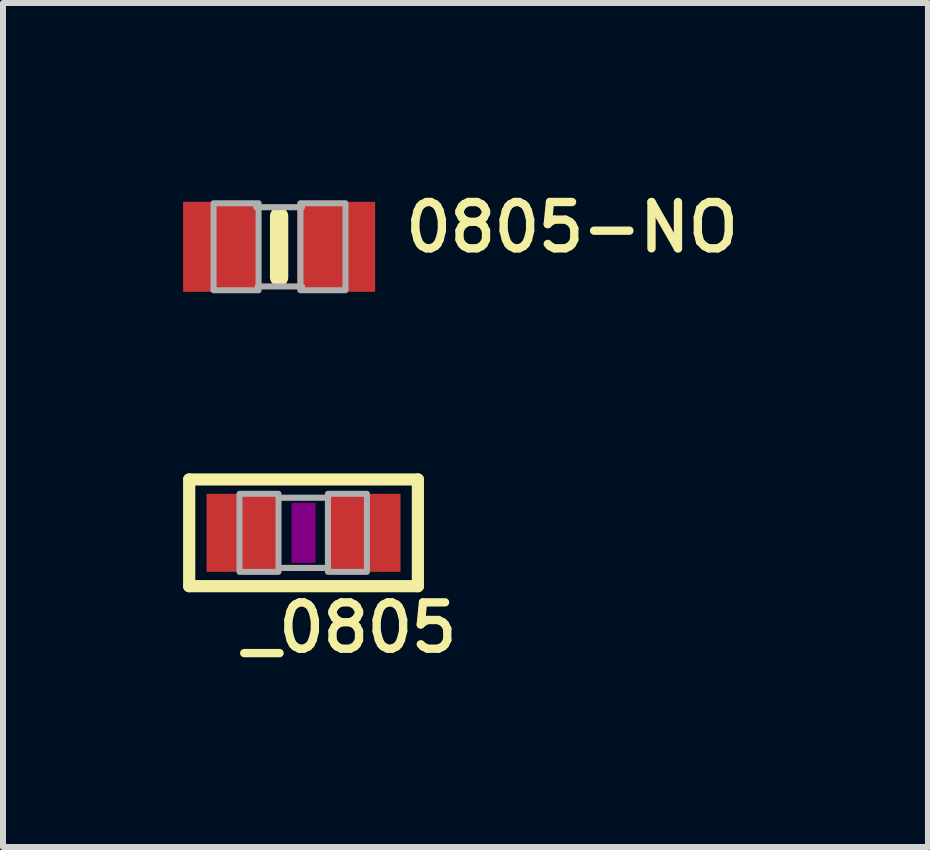
<source format=kicad_pcb>
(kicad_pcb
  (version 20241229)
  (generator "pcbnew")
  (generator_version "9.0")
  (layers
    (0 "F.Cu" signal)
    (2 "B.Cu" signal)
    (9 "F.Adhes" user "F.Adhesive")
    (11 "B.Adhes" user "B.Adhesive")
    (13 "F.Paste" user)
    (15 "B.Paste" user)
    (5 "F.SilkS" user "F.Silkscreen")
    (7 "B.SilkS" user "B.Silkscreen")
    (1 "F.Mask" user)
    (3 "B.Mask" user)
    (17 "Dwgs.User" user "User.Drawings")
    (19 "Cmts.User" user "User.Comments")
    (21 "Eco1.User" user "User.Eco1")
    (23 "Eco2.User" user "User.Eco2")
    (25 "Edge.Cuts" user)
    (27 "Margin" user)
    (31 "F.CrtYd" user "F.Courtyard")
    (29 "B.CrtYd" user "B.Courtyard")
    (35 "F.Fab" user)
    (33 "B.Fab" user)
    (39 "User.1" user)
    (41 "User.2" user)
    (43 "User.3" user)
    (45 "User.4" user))
  (footprint "0805-NO"
    (layer "F.Cu")
    (at 1.6 1.062)
    (property "Reference" "0805-NO" (at 2.032 0.127 0) (layer "F.SilkS") (effects (font (size 0.772 0.772) (thickness 0.139)) (justify left bottom)))
    (attr through_hole)
    (fp_line (start 0 -0.508) (end 0 0.508) (stroke (width 0.305) (type solid)) (layer "F.SilkS"))
    (fp_line (start -0.381 -0.66) (end 0.381 -0.66) (stroke (width 0.102) (type solid)) (layer "F.Fab"))
    (fp_line (start -0.356 0.66) (end 0.381 0.66) (stroke (width 0.102) (type solid)) (layer "F.Fab"))
    (fp_poly (pts (xy -1.092 0.724) (xy -0.342 0.724) (xy -0.342 -0.726) (xy -1.092 -0.726)) (stroke (width 0.1) (type solid)) (fill no) (layer "F.Fab"))
    (fp_poly (pts (xy 0.356 0.724) (xy 1.106 0.724) (xy 1.106 -0.726) (xy 0.356 -0.726)) (stroke (width 0.1) (type solid)) (fill no) (layer "F.Fab"))
    (pad "1" smd rect (at -0.95 0) (size 1.3 1.5) (layers "F.Cu" "F.Mask" "F.Paste"))
    (pad "2" smd rect (at 0.95 0) (size 1.3 1.5) (layers "F.Cu" "F.Mask" "F.Paste")))
  (footprint "_0805"
    (layer "F.Cu")
    (at 2.007 5.827)
    (property "Reference" "_0805" (at -1.079 2.032 0) (layer "F.SilkS") (effects (font (size 0.772 0.772) (thickness 0.139)) (justify left bottom)))
    (attr through_hole)
    (fp_line (start -1.905 -0.889) (end 1.905 -0.889) (stroke (width 0.203) (type solid)) (layer "F.SilkS"))
    (fp_line (start -1.905 0.889) (end -1.905 -0.889) (stroke (width 0.203) (type solid)) (layer "F.SilkS"))
    (fp_line (start 1.905 -0.889) (end 1.905 0.889) (stroke (width 0.203) (type solid)) (layer "F.SilkS"))
    (fp_line (start 1.905 0.889) (end -1.905 0.889) (stroke (width 0.203) (type solid)) (layer "F.SilkS"))
    (fp_poly (pts (xy -0.2 0.5) (xy 0.2 0.5) (xy 0.2 -0.5) (xy -0.2 -0.5)) (stroke (width 0) (type solid)) (fill yes) (layer "F.Adhes"))
    (fp_line (start -0.41 -0.585) (end 0.41 -0.585) (stroke (width 0.102) (type solid)) (layer "F.Fab"))
    (fp_line (start -0.41 0.585) (end 0.41 0.585) (stroke (width 0.102) (type solid)) (layer "F.Fab"))
    (fp_poly (pts (xy -1.067 0.65) (xy -0.417 0.65) (xy -0.417 -0.65) (xy -1.067 -0.65)) (stroke (width 0.1) (type solid)) (fill no) (layer "F.Fab"))
    (fp_poly (pts (xy 0.406 0.65) (xy 1.056 0.65) (xy 1.056 -0.65) (xy 0.406 -0.65)) (stroke (width 0.1) (type solid)) (fill no) (layer "F.Fab"))
    (pad "1" smd rect (at -1.016 0) (size 1.2 1.3) (layers "F.Cu" "F.Mask" "F.Paste"))
    (pad "2" smd rect (at 1.016 0) (size 1.2 1.3) (layers "F.Cu" "F.Mask" "F.Paste")))
  (gr_rect
    (start -3 -3)
    (end 12.41 11.061)
    (stroke (width 0.1) (type default))
    (fill no)
    (layer "Edge.Cuts")))
</source>
